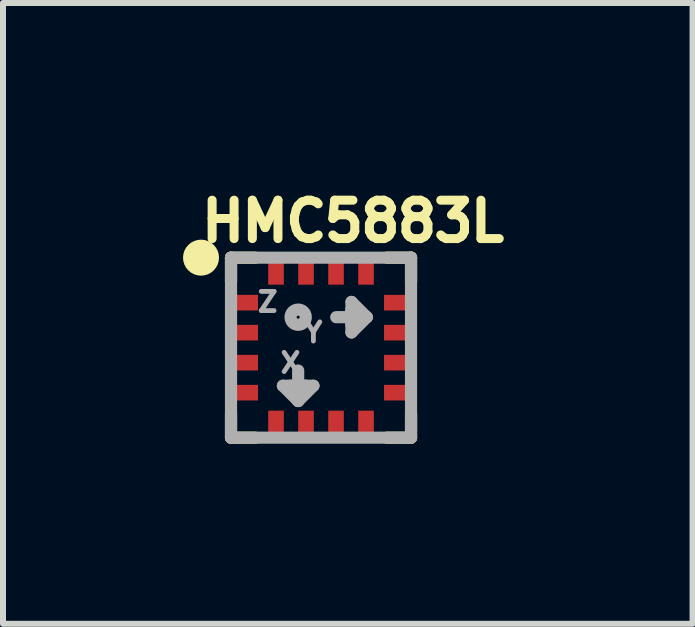
<source format=kicad_pcb>
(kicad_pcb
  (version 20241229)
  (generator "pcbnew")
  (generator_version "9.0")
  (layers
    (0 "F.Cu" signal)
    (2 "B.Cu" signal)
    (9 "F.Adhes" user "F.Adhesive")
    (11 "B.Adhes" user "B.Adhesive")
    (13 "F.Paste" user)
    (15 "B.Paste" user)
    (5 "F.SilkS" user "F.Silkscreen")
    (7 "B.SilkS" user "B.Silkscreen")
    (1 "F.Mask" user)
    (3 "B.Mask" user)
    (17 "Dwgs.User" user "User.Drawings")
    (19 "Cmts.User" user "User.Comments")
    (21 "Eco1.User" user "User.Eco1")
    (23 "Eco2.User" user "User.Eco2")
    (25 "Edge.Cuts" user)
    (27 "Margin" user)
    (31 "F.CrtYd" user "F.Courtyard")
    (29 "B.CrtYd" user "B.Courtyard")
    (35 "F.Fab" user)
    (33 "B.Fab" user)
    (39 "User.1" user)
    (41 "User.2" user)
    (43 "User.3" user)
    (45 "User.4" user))
  (footprint "HMC5883L"
    (layer "F.Cu")
    (at 2.3 2.744)
    (property "Reference" "HMC5883L" (at 0.532 -2.106 0) (layer "F.SilkS") (effects (font (size 0.64 0.64) (thickness 0.15))))
    (attr through_hole)
    (fp_line (start -1.5 -1.5) (end -1.1 -1.5) (stroke (width 0.203) (type solid)) (layer "F.SilkS"))
    (fp_line (start -1.5 -1.1) (end -1.5 -1.5) (stroke (width 0.203) (type solid)) (layer "F.SilkS"))
    (fp_line (start -1.5 1.5) (end -1.5 1.1) (stroke (width 0.203) (type solid)) (layer "F.SilkS"))
    (fp_line (start -1.1 1.5) (end -1.5 1.5) (stroke (width 0.203) (type solid)) (layer "F.SilkS"))
    (fp_line (start 1.1 -1.5) (end 1.5 -1.5) (stroke (width 0.203) (type solid)) (layer "F.SilkS"))
    (fp_line (start 1.5 -1.5) (end 1.5 -1.1) (stroke (width 0.203) (type solid)) (layer "F.SilkS"))
    (fp_line (start 1.5 1.1) (end 1.5 1.5) (stroke (width 0.203) (type solid)) (layer "F.SilkS"))
    (fp_line (start 1.5 1.5) (end 1.1 1.5) (stroke (width 0.203) (type solid)) (layer "F.SilkS"))
    (fp_circle (center -2 -1.5) (end -1.85 -1.5) (stroke (width 0.3) (type solid)) (fill no) (layer "F.SilkS"))
    (fp_line (start -1.5 -1.5) (end 1.5 -1.5) (stroke (width 0.203) (type solid)) (layer "F.Fab"))
    (fp_line (start -1.5 1.5) (end -1.5 -1.5) (stroke (width 0.203) (type solid)) (layer "F.Fab"))
    (fp_line (start -0.635 0.635) (end -0.508 0.635) (stroke (width 0.203) (type solid)) (layer "F.Fab"))
    (fp_line (start -0.508 0.635) (end -0.254 0.635) (stroke (width 0.203) (type solid)) (layer "F.Fab"))
    (fp_line (start -0.381 0.381) (end -0.381 0.762) (stroke (width 0.203) (type solid)) (layer "F.Fab"))
    (fp_line (start -0.381 0.762) (end -0.508 0.635) (stroke (width 0.203) (type solid)) (layer "F.Fab"))
    (fp_line (start -0.381 0.889) (end -0.635 0.635) (stroke (width 0.203) (type solid)) (layer "F.Fab"))
    (fp_line (start -0.381 0.889) (end -0.381 0.762) (stroke (width 0.203) (type solid)) (layer "F.Fab"))
    (fp_line (start -0.254 0.635) (end -0.381 0.762) (stroke (width 0.203) (type solid)) (layer "F.Fab"))
    (fp_line (start -0.254 0.635) (end -0.127 0.635) (stroke (width 0.203) (type solid)) (layer "F.Fab"))
    (fp_line (start -0.127 0.635) (end -0.381 0.889) (stroke (width 0.203) (type solid)) (layer "F.Fab"))
    (fp_line (start 0.254 -0.508) (end 0.635 -0.508) (stroke (width 0.203) (type solid)) (layer "F.Fab"))
    (fp_line (start 0.508 -0.762) (end 0.508 -0.635) (stroke (width 0.203) (type solid)) (layer "F.Fab"))
    (fp_line (start 0.508 -0.635) (end 0.635 -0.508) (stroke (width 0.203) (type solid)) (layer "F.Fab"))
    (fp_line (start 0.508 -0.381) (end 0.508 -0.635) (stroke (width 0.203) (type solid)) (layer "F.Fab"))
    (fp_line (start 0.508 -0.381) (end 0.508 -0.254) (stroke (width 0.203) (type solid)) (layer "F.Fab"))
    (fp_line (start 0.508 -0.254) (end 0.762 -0.508) (stroke (width 0.203) (type solid)) (layer "F.Fab"))
    (fp_line (start 0.635 -0.508) (end 0.508 -0.381) (stroke (width 0.203) (type solid)) (layer "F.Fab"))
    (fp_line (start 0.762 -0.508) (end 0.508 -0.762) (stroke (width 0.203) (type solid)) (layer "F.Fab"))
    (fp_line (start 0.762 -0.508) (end 0.635 -0.508) (stroke (width 0.203) (type solid)) (layer "F.Fab"))
    (fp_line (start 1.5 -1.5) (end 1.5 1.5) (stroke (width 0.203) (type solid)) (layer "F.Fab"))
    (fp_line (start 1.5 1.5) (end -1.5 1.5) (stroke (width 0.203) (type solid)) (layer "F.Fab"))
    (fp_circle (center -0.381 -0.508) (end -0.254 -0.508) (stroke (width 0.203) (type solid)) (fill no) (layer "F.Fab"))
    (fp_text user "Z" (at -0.889 -0.762 0) (layer "F.Fab") (effects (font (size 0.32 0.32) (thickness 0.15))))
    (fp_text user "X" (at -0.508 0.254 0) (layer "F.Fab") (effects (font (size 0.32 0.32) (thickness 0.15))))
    (fp_text user "Y" (at -0.127 -0.254 0) (layer "F.Fab") (effects (font (size 0.32 0.32) (thickness 0.15))))
    (pad "1" smd rect (at -1.275 -0.75) (size 0.45 0.26) (layers "F.Cu" "F.Mask" "F.Paste"))
    (pad "2" smd rect (at -1.275 -0.25) (size 0.45 0.26) (layers "F.Cu" "F.Mask" "F.Paste"))
    (pad "3" smd rect (at -1.275 0.25) (size 0.45 0.26) (layers "F.Cu" "F.Mask" "F.Paste"))
    (pad "4" smd rect (at -1.275 0.75) (size 0.45 0.26) (layers "F.Cu" "F.Mask" "F.Paste"))
    (pad "5" smd rect (at -0.75 1.275) (size 0.26 0.45) (layers "F.Cu" "F.Mask" "F.Paste"))
    (pad "6" smd rect (at -0.25 1.275) (size 0.26 0.45) (layers "F.Cu" "F.Mask" "F.Paste"))
    (pad "7" smd rect (at 0.25 1.275) (size 0.26 0.45) (layers "F.Cu" "F.Mask" "F.Paste"))
    (pad "8" smd rect (at 0.75 1.275) (size 0.26 0.45) (layers "F.Cu" "F.Mask" "F.Paste"))
    (pad "9" smd rect (at 1.275 0.75) (size 0.45 0.26) (layers "F.Cu" "F.Mask" "F.Paste"))
    (pad "10" smd rect (at 1.275 0.25) (size 0.45 0.26) (layers "F.Cu" "F.Mask" "F.Paste"))
    (pad "11" smd rect (at 1.275 -0.25) (size 0.45 0.26) (layers "F.Cu" "F.Mask" "F.Paste"))
    (pad "12" smd rect (at 1.275 -0.75) (size 0.45 0.26) (layers "F.Cu" "F.Mask" "F.Paste"))
    (pad "13" smd rect (at 0.75 -1.275) (size 0.26 0.45) (layers "F.Cu" "F.Mask" "F.Paste"))
    (pad "14" smd rect (at 0.25 -1.275) (size 0.26 0.45) (layers "F.Cu" "F.Mask" "F.Paste"))
    (pad "15" smd rect (at -0.25 -1.275) (size 0.26 0.45) (layers "F.Cu" "F.Mask" "F.Paste"))
    (pad "16" smd rect (at -0.75 -1.275) (size 0.26 0.45) (layers "F.Cu" "F.Mask" "F.Paste")))
  (gr_rect
    (start -3 -3)
    (end 8.492 7.346)
    (stroke (width 0.1) (type default))
    (fill no)
    (layer "Edge.Cuts")))
</source>
